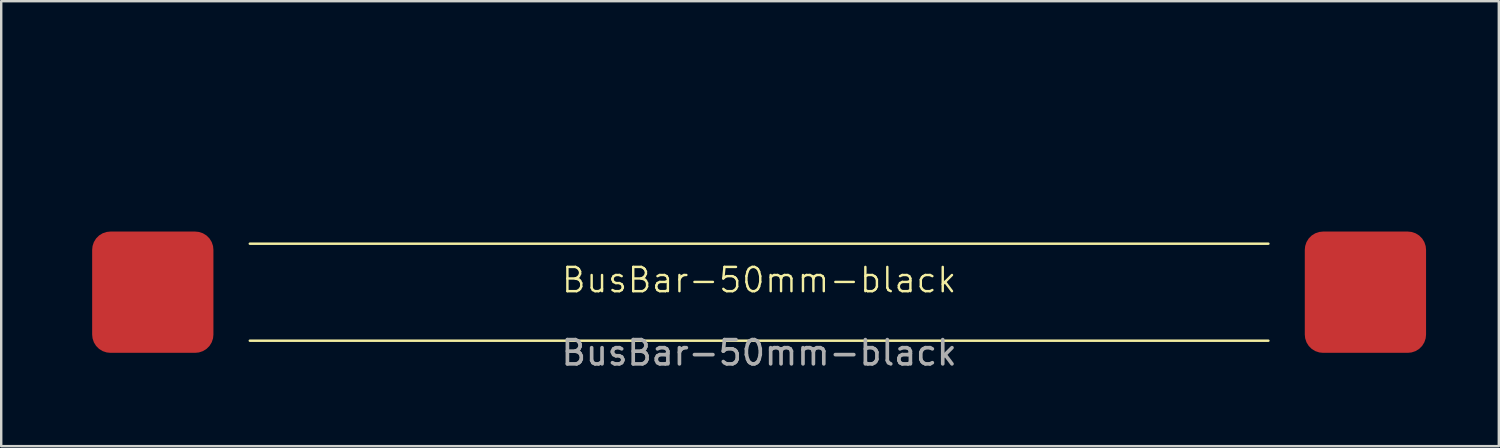
<source format=kicad_pcb>
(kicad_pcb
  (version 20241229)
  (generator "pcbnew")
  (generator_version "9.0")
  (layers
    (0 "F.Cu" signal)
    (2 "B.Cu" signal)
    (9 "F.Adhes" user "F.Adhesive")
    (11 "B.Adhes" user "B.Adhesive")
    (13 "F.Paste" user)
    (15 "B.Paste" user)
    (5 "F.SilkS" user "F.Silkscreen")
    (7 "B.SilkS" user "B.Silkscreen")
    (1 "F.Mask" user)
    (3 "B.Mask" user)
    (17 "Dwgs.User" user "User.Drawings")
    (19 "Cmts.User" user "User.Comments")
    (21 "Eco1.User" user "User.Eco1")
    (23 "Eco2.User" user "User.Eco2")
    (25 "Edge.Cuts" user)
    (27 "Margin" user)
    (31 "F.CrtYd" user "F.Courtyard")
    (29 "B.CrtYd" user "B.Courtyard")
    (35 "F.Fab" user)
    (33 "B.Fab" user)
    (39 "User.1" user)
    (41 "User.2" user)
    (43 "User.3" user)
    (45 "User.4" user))
  (footprint "BusBar-50mm-black"
    (layer "F.Cu")
    (at 0.25 11.998)
    (property "Reference" "BusBar-50mm-black" (at 28 -3.5 0) (unlocked yes) (layer "F.SilkS") (effects (font (size 1 1) (thickness 0.1))))
    (attr smd)
    (fp_line (start 49 -5) (end 7 -5) (stroke (width 0.1) (type default)) (layer "F.SilkS"))
    (fp_line (start 49 -1) (end 7 -1) (stroke (width 0.1) (type default)) (layer "F.SilkS"))
    (fp_text user "${REFERENCE}" (at 28 -0.5 0) (unlocked yes) (layer "F.Fab") (effects (font (size 1 1) (thickness 0.15))))
    (dimension (type orthogonal) (layer "User.1") (pts (xy 5.75 8.998) (xy 50.75 8.998)) (height -7) (orientation 0) (format (prefix "") (suffix "") (units 3) (units_format 0) (precision 4) (suppress_zeroes yes)) (style (thickness 0.1) (arrow_length 1.27) (text_position_mode 0) (arrow_direction outward) (extension_height 0.586) (extension_offset 0.5) (keep_text_aligned yes)) (gr_text "45" (at 28.25 0.848 0) (layer "User.1") (effects (font (size 1 1) (thickness 0.15)))))
    (pad "1" smd roundrect (at 3 -3) (size 5 5) (layers "F.Cu" "F.Mask" "F.Paste") (roundrect_rratio 0.15))
    (pad "2" smd roundrect (at 53 -3) (size 5 5) (layers "F.Cu" "F.Mask" "F.Paste") (roundrect_rratio 0.15)))
  (gr_rect
    (start -3 -3)
    (end 58.75 15.347)
    (stroke (width 0.1) (type default))
    (fill no)
    (layer "Edge.Cuts")))
</source>
